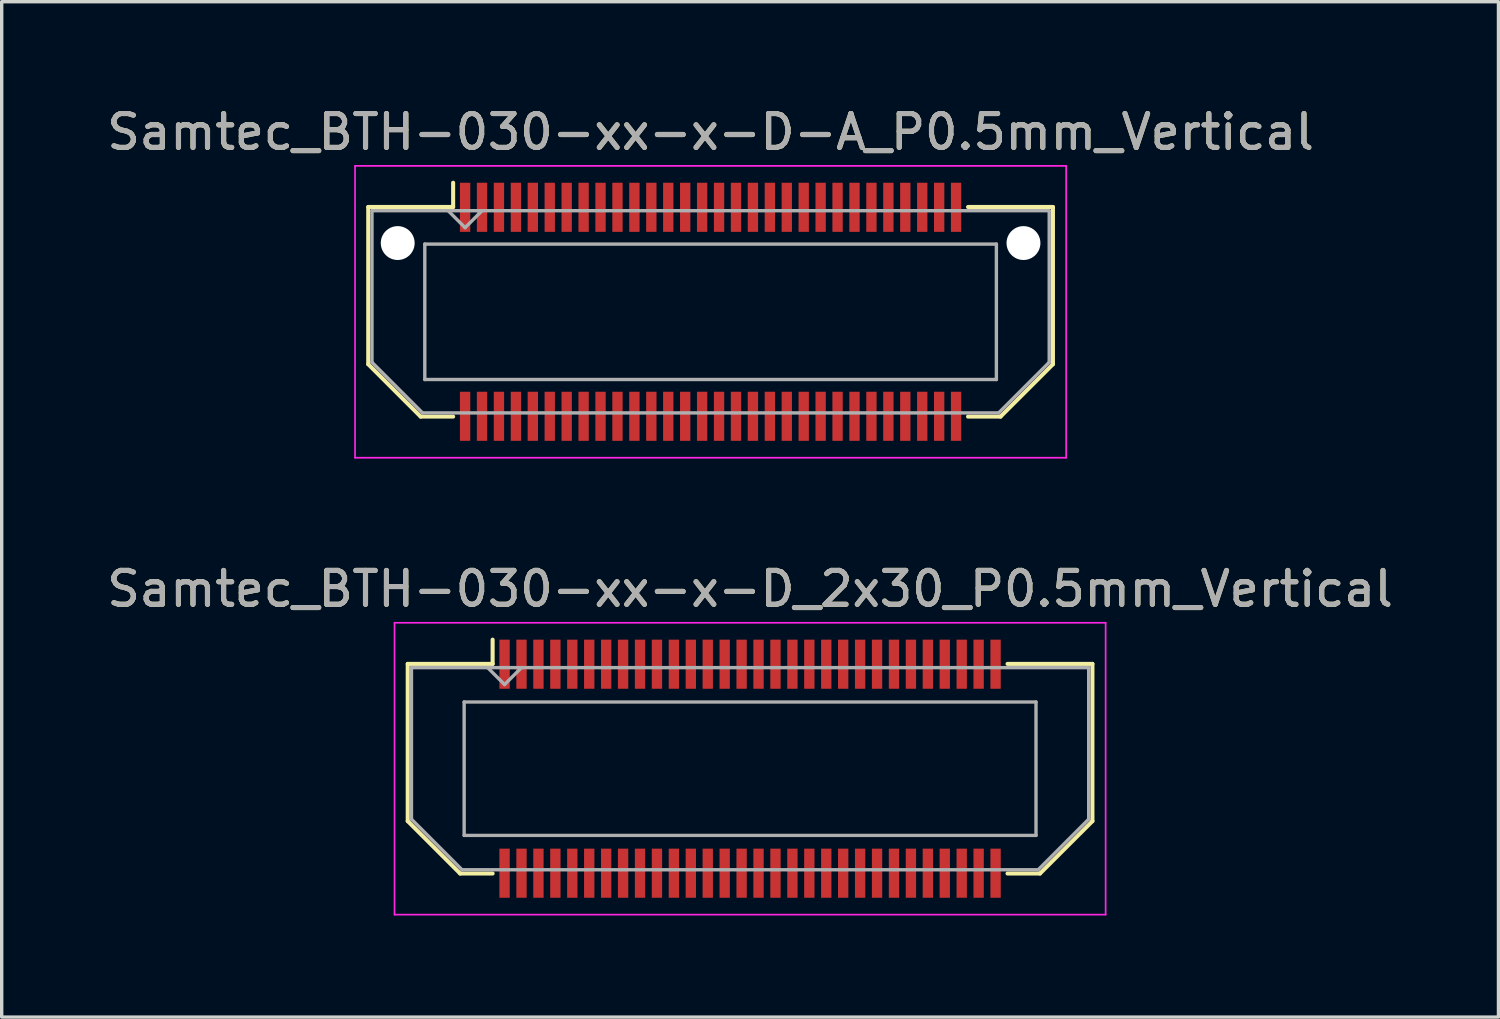
<source format=kicad_pcb>
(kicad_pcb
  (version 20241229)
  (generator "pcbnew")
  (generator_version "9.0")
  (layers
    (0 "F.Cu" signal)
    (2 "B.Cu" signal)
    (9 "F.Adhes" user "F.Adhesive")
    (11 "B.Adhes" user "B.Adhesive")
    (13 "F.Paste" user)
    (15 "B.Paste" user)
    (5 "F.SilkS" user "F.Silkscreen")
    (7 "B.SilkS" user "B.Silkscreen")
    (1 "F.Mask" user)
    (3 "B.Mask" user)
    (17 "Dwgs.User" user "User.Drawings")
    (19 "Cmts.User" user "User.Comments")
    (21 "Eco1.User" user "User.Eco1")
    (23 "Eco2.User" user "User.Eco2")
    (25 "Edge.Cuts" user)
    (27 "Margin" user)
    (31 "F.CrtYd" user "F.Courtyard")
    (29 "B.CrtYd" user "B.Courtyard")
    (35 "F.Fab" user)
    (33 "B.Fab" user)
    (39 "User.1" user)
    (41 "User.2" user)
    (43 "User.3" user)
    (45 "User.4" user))
  (footprint "Samtec_BTH-030-xx-x-D-A_P0.5mm_Vertical"
    (layer "F.Cu")
    (at 17.935 6.158)
    (property "Reference" "Samtec_BTH-030-xx-x-D-A_P0.5mm_Vertical" (at 0 -5.31 0) (layer "F.SilkS") (effects (font (size 1 1) (thickness 0.15))))
    (attr smd)
    (fp_line (start -10.11 -3.095) (end -10.11 1.548) (stroke (width 0.12) (type solid)) (layer "F.SilkS"))
    (fp_line (start -10.11 1.548) (end -8.562 3.095) (stroke (width 0.12) (type solid)) (layer "F.SilkS"))
    (fp_line (start -8.562 3.095) (end -7.603 3.095) (stroke (width 0.12) (type solid)) (layer "F.SilkS"))
    (fp_line (start -7.603 -3.811) (end -7.603 -3.095) (stroke (width 0.12) (type solid)) (layer "F.SilkS"))
    (fp_line (start -7.603 -3.095) (end -10.11 -3.095) (stroke (width 0.12) (type solid)) (layer "F.SilkS"))
    (fp_line (start 7.603 -3.095) (end 10.11 -3.095) (stroke (width 0.12) (type solid)) (layer "F.SilkS"))
    (fp_line (start 8.562 3.095) (end 7.603 3.095) (stroke (width 0.12) (type solid)) (layer "F.SilkS"))
    (fp_line (start 10.11 -3.095) (end 10.11 1.548) (stroke (width 0.12) (type solid)) (layer "F.SilkS"))
    (fp_line (start 10.11 1.548) (end 8.562 3.095) (stroke (width 0.12) (type solid)) (layer "F.SilkS"))
    (fp_line (start -10.5 -4.31) (end -10.5 4.31) (stroke (width 0.05) (type solid)) (layer "F.CrtYd"))
    (fp_line (start -10.5 4.31) (end 10.5 4.31) (stroke (width 0.05) (type solid)) (layer "F.CrtYd"))
    (fp_line (start 10.5 -4.31) (end -10.5 -4.31) (stroke (width 0.05) (type solid)) (layer "F.CrtYd"))
    (fp_line (start 10.5 4.31) (end 10.5 -4.31) (stroke (width 0.05) (type solid)) (layer "F.CrtYd"))
    (fp_line (start -10 -2.985) (end -10 1.492) (stroke (width 0.1) (type solid)) (layer "F.Fab"))
    (fp_line (start -10 -2.985) (end 10 -2.985) (stroke (width 0.1) (type solid)) (layer "F.Fab"))
    (fp_line (start -10 1.492) (end -8.508 2.985) (stroke (width 0.1) (type solid)) (layer "F.Fab"))
    (fp_line (start -8.508 2.985) (end 8.508 2.985) (stroke (width 0.1) (type solid)) (layer "F.Fab"))
    (fp_line (start -8.44 -2) (end -8.44 2) (stroke (width 0.1) (type solid)) (layer "F.Fab"))
    (fp_line (start -8.44 2) (end 8.44 2) (stroke (width 0.1) (type solid)) (layer "F.Fab"))
    (fp_line (start -7.25 -2.485) (end -7.75 -2.985) (stroke (width 0.1) (type solid)) (layer "F.Fab"))
    (fp_line (start -6.75 -2.985) (end -7.25 -2.485) (stroke (width 0.1) (type solid)) (layer "F.Fab"))
    (fp_line (start 8.44 -2) (end -8.44 -2) (stroke (width 0.1) (type solid)) (layer "F.Fab"))
    (fp_line (start 8.44 2) (end 8.44 -2) (stroke (width 0.1) (type solid)) (layer "F.Fab"))
    (fp_line (start 10 -2.985) (end 10 1.492) (stroke (width 0.1) (type solid)) (layer "F.Fab"))
    (fp_line (start 10 1.492) (end 8.508 2.985) (stroke (width 0.1) (type solid)) (layer "F.Fab"))
    (fp_text user "${REFERENCE}" (at 0 -5.31 0) (layer "F.Fab") (effects (font (size 1 1) (thickness 0.15))))
    (pad "" np_thru_hole circle (at -9.24 -2.03) (size 1 1) (drill 1) (layers "*.Cu" "*.Mask"))
    (pad "" np_thru_hole circle (at 9.24 -2.03) (size 1 1) (drill 1) (layers "*.Cu" "*.Mask"))
    (pad "1" smd rect (at -7.25 -3.086) (size 0.305 1.45) (layers "F.Cu" "F.Mask" "F.Paste"))
    (pad "2" smd rect (at -7.25 3.086) (size 0.305 1.45) (layers "F.Cu" "F.Mask" "F.Paste"))
    (pad "3" smd rect (at -6.75 -3.086) (size 0.305 1.45) (layers "F.Cu" "F.Mask" "F.Paste"))
    (pad "4" smd rect (at -6.75 3.086) (size 0.305 1.45) (layers "F.Cu" "F.Mask" "F.Paste"))
    (pad "5" smd rect (at -6.25 -3.086) (size 0.305 1.45) (layers "F.Cu" "F.Mask" "F.Paste"))
    (pad "6" smd rect (at -6.25 3.086) (size 0.305 1.45) (layers "F.Cu" "F.Mask" "F.Paste"))
    (pad "7" smd rect (at -5.75 -3.086) (size 0.305 1.45) (layers "F.Cu" "F.Mask" "F.Paste"))
    (pad "8" smd rect (at -5.75 3.086) (size 0.305 1.45) (layers "F.Cu" "F.Mask" "F.Paste"))
    (pad "9" smd rect (at -5.25 -3.086) (size 0.305 1.45) (layers "F.Cu" "F.Mask" "F.Paste"))
    (pad "10" smd rect (at -5.25 3.086) (size 0.305 1.45) (layers "F.Cu" "F.Mask" "F.Paste"))
    (pad "11" smd rect (at -4.75 -3.086) (size 0.305 1.45) (layers "F.Cu" "F.Mask" "F.Paste"))
    (pad "12" smd rect (at -4.75 3.086) (size 0.305 1.45) (layers "F.Cu" "F.Mask" "F.Paste"))
    (pad "13" smd rect (at -4.25 -3.086) (size 0.305 1.45) (layers "F.Cu" "F.Mask" "F.Paste"))
    (pad "14" smd rect (at -4.25 3.086) (size 0.305 1.45) (layers "F.Cu" "F.Mask" "F.Paste"))
    (pad "15" smd rect (at -3.75 -3.086) (size 0.305 1.45) (layers "F.Cu" "F.Mask" "F.Paste"))
    (pad "16" smd rect (at -3.75 3.086) (size 0.305 1.45) (layers "F.Cu" "F.Mask" "F.Paste"))
    (pad "17" smd rect (at -3.25 -3.086) (size 0.305 1.45) (layers "F.Cu" "F.Mask" "F.Paste"))
    (pad "18" smd rect (at -3.25 3.086) (size 0.305 1.45) (layers "F.Cu" "F.Mask" "F.Paste"))
    (pad "19" smd rect (at -2.75 -3.086) (size 0.305 1.45) (layers "F.Cu" "F.Mask" "F.Paste"))
    (pad "20" smd rect (at -2.75 3.086) (size 0.305 1.45) (layers "F.Cu" "F.Mask" "F.Paste"))
    (pad "21" smd rect (at -2.25 -3.086) (size 0.305 1.45) (layers "F.Cu" "F.Mask" "F.Paste"))
    (pad "22" smd rect (at -2.25 3.086) (size 0.305 1.45) (layers "F.Cu" "F.Mask" "F.Paste"))
    (pad "23" smd rect (at -1.75 -3.086) (size 0.305 1.45) (layers "F.Cu" "F.Mask" "F.Paste"))
    (pad "24" smd rect (at -1.75 3.086) (size 0.305 1.45) (layers "F.Cu" "F.Mask" "F.Paste"))
    (pad "25" smd rect (at -1.25 -3.086) (size 0.305 1.45) (layers "F.Cu" "F.Mask" "F.Paste"))
    (pad "26" smd rect (at -1.25 3.086) (size 0.305 1.45) (layers "F.Cu" "F.Mask" "F.Paste"))
    (pad "27" smd rect (at -0.75 -3.086) (size 0.305 1.45) (layers "F.Cu" "F.Mask" "F.Paste"))
    (pad "28" smd rect (at -0.75 3.086) (size 0.305 1.45) (layers "F.Cu" "F.Mask" "F.Paste"))
    (pad "29" smd rect (at -0.25 -3.086) (size 0.305 1.45) (layers "F.Cu" "F.Mask" "F.Paste"))
    (pad "30" smd rect (at -0.25 3.086) (size 0.305 1.45) (layers "F.Cu" "F.Mask" "F.Paste"))
    (pad "31" smd rect (at 0.25 -3.086) (size 0.305 1.45) (layers "F.Cu" "F.Mask" "F.Paste"))
    (pad "32" smd rect (at 0.25 3.086) (size 0.305 1.45) (layers "F.Cu" "F.Mask" "F.Paste"))
    (pad "33" smd rect (at 0.75 -3.086) (size 0.305 1.45) (layers "F.Cu" "F.Mask" "F.Paste"))
    (pad "34" smd rect (at 0.75 3.086) (size 0.305 1.45) (layers "F.Cu" "F.Mask" "F.Paste"))
    (pad "35" smd rect (at 1.25 -3.086) (size 0.305 1.45) (layers "F.Cu" "F.Mask" "F.Paste"))
    (pad "36" smd rect (at 1.25 3.086) (size 0.305 1.45) (layers "F.Cu" "F.Mask" "F.Paste"))
    (pad "37" smd rect (at 1.75 -3.086) (size 0.305 1.45) (layers "F.Cu" "F.Mask" "F.Paste"))
    (pad "38" smd rect (at 1.75 3.086) (size 0.305 1.45) (layers "F.Cu" "F.Mask" "F.Paste"))
    (pad "39" smd rect (at 2.25 -3.086) (size 0.305 1.45) (layers "F.Cu" "F.Mask" "F.Paste"))
    (pad "40" smd rect (at 2.25 3.086) (size 0.305 1.45) (layers "F.Cu" "F.Mask" "F.Paste"))
    (pad "41" smd rect (at 2.75 -3.086) (size 0.305 1.45) (layers "F.Cu" "F.Mask" "F.Paste"))
    (pad "42" smd rect (at 2.75 3.086) (size 0.305 1.45) (layers "F.Cu" "F.Mask" "F.Paste"))
    (pad "43" smd rect (at 3.25 -3.086) (size 0.305 1.45) (layers "F.Cu" "F.Mask" "F.Paste"))
    (pad "44" smd rect (at 3.25 3.086) (size 0.305 1.45) (layers "F.Cu" "F.Mask" "F.Paste"))
    (pad "45" smd rect (at 3.75 -3.086) (size 0.305 1.45) (layers "F.Cu" "F.Mask" "F.Paste"))
    (pad "46" smd rect (at 3.75 3.086) (size 0.305 1.45) (layers "F.Cu" "F.Mask" "F.Paste"))
    (pad "47" smd rect (at 4.25 -3.086) (size 0.305 1.45) (layers "F.Cu" "F.Mask" "F.Paste"))
    (pad "48" smd rect (at 4.25 3.086) (size 0.305 1.45) (layers "F.Cu" "F.Mask" "F.Paste"))
    (pad "49" smd rect (at 4.75 -3.086) (size 0.305 1.45) (layers "F.Cu" "F.Mask" "F.Paste"))
    (pad "50" smd rect (at 4.75 3.086) (size 0.305 1.45) (layers "F.Cu" "F.Mask" "F.Paste"))
    (pad "51" smd rect (at 5.25 -3.086) (size 0.305 1.45) (layers "F.Cu" "F.Mask" "F.Paste"))
    (pad "52" smd rect (at 5.25 3.086) (size 0.305 1.45) (layers "F.Cu" "F.Mask" "F.Paste"))
    (pad "53" smd rect (at 5.75 -3.086) (size 0.305 1.45) (layers "F.Cu" "F.Mask" "F.Paste"))
    (pad "54" smd rect (at 5.75 3.086) (size 0.305 1.45) (layers "F.Cu" "F.Mask" "F.Paste"))
    (pad "55" smd rect (at 6.25 -3.086) (size 0.305 1.45) (layers "F.Cu" "F.Mask" "F.Paste"))
    (pad "56" smd rect (at 6.25 3.086) (size 0.305 1.45) (layers "F.Cu" "F.Mask" "F.Paste"))
    (pad "57" smd rect (at 6.75 -3.086) (size 0.305 1.45) (layers "F.Cu" "F.Mask" "F.Paste"))
    (pad "58" smd rect (at 6.75 3.086) (size 0.305 1.45) (layers "F.Cu" "F.Mask" "F.Paste"))
    (pad "59" smd rect (at 7.25 -3.086) (size 0.305 1.45) (layers "F.Cu" "F.Mask" "F.Paste"))
    (pad "60" smd rect (at 7.25 3.086) (size 0.305 1.45) (layers "F.Cu" "F.Mask" "F.Paste")))
  (footprint "Samtec_BTH-030-xx-x-D_2x30_P0.5mm_Vertical"
    (layer "F.Cu")
    (at 19.101 19.651)
    (property "Reference" "Samtec_BTH-030-xx-x-D_2x30_P0.5mm_Vertical" (at 0 -5.31 0) (layer "F.SilkS") (effects (font (size 1 1) (thickness 0.15))))
    (attr smd)
    (fp_line (start -10.11 -3.095) (end -10.11 1.548) (stroke (width 0.12) (type solid)) (layer "F.SilkS"))
    (fp_line (start -10.11 1.548) (end -8.562 3.095) (stroke (width 0.12) (type solid)) (layer "F.SilkS"))
    (fp_line (start -8.562 3.095) (end -7.603 3.095) (stroke (width 0.12) (type solid)) (layer "F.SilkS"))
    (fp_line (start -7.603 -3.811) (end -7.603 -3.095) (stroke (width 0.12) (type solid)) (layer "F.SilkS"))
    (fp_line (start -7.603 -3.095) (end -10.11 -3.095) (stroke (width 0.12) (type solid)) (layer "F.SilkS"))
    (fp_line (start 7.603 -3.095) (end 10.11 -3.095) (stroke (width 0.12) (type solid)) (layer "F.SilkS"))
    (fp_line (start 8.562 3.095) (end 7.603 3.095) (stroke (width 0.12) (type solid)) (layer "F.SilkS"))
    (fp_line (start 10.11 -3.095) (end 10.11 1.548) (stroke (width 0.12) (type solid)) (layer "F.SilkS"))
    (fp_line (start 10.11 1.548) (end 8.562 3.095) (stroke (width 0.12) (type solid)) (layer "F.SilkS"))
    (fp_line (start -10.5 -4.31) (end -10.5 4.31) (stroke (width 0.05) (type solid)) (layer "F.CrtYd"))
    (fp_line (start -10.5 4.31) (end 10.5 4.31) (stroke (width 0.05) (type solid)) (layer "F.CrtYd"))
    (fp_line (start 10.5 -4.31) (end -10.5 -4.31) (stroke (width 0.05) (type solid)) (layer "F.CrtYd"))
    (fp_line (start 10.5 4.31) (end 10.5 -4.31) (stroke (width 0.05) (type solid)) (layer "F.CrtYd"))
    (fp_line (start -10 -2.985) (end -10 1.492) (stroke (width 0.1) (type solid)) (layer "F.Fab"))
    (fp_line (start -10 -2.985) (end 10 -2.985) (stroke (width 0.1) (type solid)) (layer "F.Fab"))
    (fp_line (start -10 1.492) (end -8.508 2.985) (stroke (width 0.1) (type solid)) (layer "F.Fab"))
    (fp_line (start -8.508 2.985) (end 8.508 2.985) (stroke (width 0.1) (type solid)) (layer "F.Fab"))
    (fp_line (start -8.444 -1.97) (end -8.444 1.97) (stroke (width 0.1) (type solid)) (layer "F.Fab"))
    (fp_line (start -8.444 1.97) (end 8.444 1.97) (stroke (width 0.1) (type solid)) (layer "F.Fab"))
    (fp_line (start -7.25 -2.485) (end -7.75 -2.985) (stroke (width 0.1) (type solid)) (layer "F.Fab"))
    (fp_line (start -6.75 -2.985) (end -7.25 -2.485) (stroke (width 0.1) (type solid)) (layer "F.Fab"))
    (fp_line (start 8.444 -1.97) (end -8.444 -1.97) (stroke (width 0.1) (type solid)) (layer "F.Fab"))
    (fp_line (start 8.444 1.97) (end 8.444 -1.97) (stroke (width 0.1) (type solid)) (layer "F.Fab"))
    (fp_line (start 10 -2.985) (end 10 1.492) (stroke (width 0.1) (type solid)) (layer "F.Fab"))
    (fp_line (start 10 1.492) (end 8.508 2.985) (stroke (width 0.1) (type solid)) (layer "F.Fab"))
    (fp_text user "${REFERENCE}" (at 0 -5.31 0) (layer "F.Fab") (effects (font (size 1 1) (thickness 0.15))))
    (pad "1" smd rect (at -7.25 -3.086) (size 0.305 1.45) (layers "F.Cu" "F.Mask" "F.Paste"))
    (pad "2" smd rect (at -7.25 3.086) (size 0.305 1.45) (layers "F.Cu" "F.Mask" "F.Paste"))
    (pad "3" smd rect (at -6.75 -3.086) (size 0.305 1.45) (layers "F.Cu" "F.Mask" "F.Paste"))
    (pad "4" smd rect (at -6.75 3.086) (size 0.305 1.45) (layers "F.Cu" "F.Mask" "F.Paste"))
    (pad "5" smd rect (at -6.25 -3.086) (size 0.305 1.45) (layers "F.Cu" "F.Mask" "F.Paste"))
    (pad "6" smd rect (at -6.25 3.086) (size 0.305 1.45) (layers "F.Cu" "F.Mask" "F.Paste"))
    (pad "7" smd rect (at -5.75 -3.086) (size 0.305 1.45) (layers "F.Cu" "F.Mask" "F.Paste"))
    (pad "8" smd rect (at -5.75 3.086) (size 0.305 1.45) (layers "F.Cu" "F.Mask" "F.Paste"))
    (pad "9" smd rect (at -5.25 -3.086) (size 0.305 1.45) (layers "F.Cu" "F.Mask" "F.Paste"))
    (pad "10" smd rect (at -5.25 3.086) (size 0.305 1.45) (layers "F.Cu" "F.Mask" "F.Paste"))
    (pad "11" smd rect (at -4.75 -3.086) (size 0.305 1.45) (layers "F.Cu" "F.Mask" "F.Paste"))
    (pad "12" smd rect (at -4.75 3.086) (size 0.305 1.45) (layers "F.Cu" "F.Mask" "F.Paste"))
    (pad "13" smd rect (at -4.25 -3.086) (size 0.305 1.45) (layers "F.Cu" "F.Mask" "F.Paste"))
    (pad "14" smd rect (at -4.25 3.086) (size 0.305 1.45) (layers "F.Cu" "F.Mask" "F.Paste"))
    (pad "15" smd rect (at -3.75 -3.086) (size 0.305 1.45) (layers "F.Cu" "F.Mask" "F.Paste"))
    (pad "16" smd rect (at -3.75 3.086) (size 0.305 1.45) (layers "F.Cu" "F.Mask" "F.Paste"))
    (pad "17" smd rect (at -3.25 -3.086) (size 0.305 1.45) (layers "F.Cu" "F.Mask" "F.Paste"))
    (pad "18" smd rect (at -3.25 3.086) (size 0.305 1.45) (layers "F.Cu" "F.Mask" "F.Paste"))
    (pad "19" smd rect (at -2.75 -3.086) (size 0.305 1.45) (layers "F.Cu" "F.Mask" "F.Paste"))
    (pad "20" smd rect (at -2.75 3.086) (size 0.305 1.45) (layers "F.Cu" "F.Mask" "F.Paste"))
    (pad "21" smd rect (at -2.25 -3.086) (size 0.305 1.45) (layers "F.Cu" "F.Mask" "F.Paste"))
    (pad "22" smd rect (at -2.25 3.086) (size 0.305 1.45) (layers "F.Cu" "F.Mask" "F.Paste"))
    (pad "23" smd rect (at -1.75 -3.086) (size 0.305 1.45) (layers "F.Cu" "F.Mask" "F.Paste"))
    (pad "24" smd rect (at -1.75 3.086) (size 0.305 1.45) (layers "F.Cu" "F.Mask" "F.Paste"))
    (pad "25" smd rect (at -1.25 -3.086) (size 0.305 1.45) (layers "F.Cu" "F.Mask" "F.Paste"))
    (pad "26" smd rect (at -1.25 3.086) (size 0.305 1.45) (layers "F.Cu" "F.Mask" "F.Paste"))
    (pad "27" smd rect (at -0.75 -3.086) (size 0.305 1.45) (layers "F.Cu" "F.Mask" "F.Paste"))
    (pad "28" smd rect (at -0.75 3.086) (size 0.305 1.45) (layers "F.Cu" "F.Mask" "F.Paste"))
    (pad "29" smd rect (at -0.25 -3.086) (size 0.305 1.45) (layers "F.Cu" "F.Mask" "F.Paste"))
    (pad "30" smd rect (at -0.25 3.086) (size 0.305 1.45) (layers "F.Cu" "F.Mask" "F.Paste"))
    (pad "31" smd rect (at 0.25 -3.086) (size 0.305 1.45) (layers "F.Cu" "F.Mask" "F.Paste"))
    (pad "32" smd rect (at 0.25 3.086) (size 0.305 1.45) (layers "F.Cu" "F.Mask" "F.Paste"))
    (pad "33" smd rect (at 0.75 -3.086) (size 0.305 1.45) (layers "F.Cu" "F.Mask" "F.Paste"))
    (pad "34" smd rect (at 0.75 3.086) (size 0.305 1.45) (layers "F.Cu" "F.Mask" "F.Paste"))
    (pad "35" smd rect (at 1.25 -3.086) (size 0.305 1.45) (layers "F.Cu" "F.Mask" "F.Paste"))
    (pad "36" smd rect (at 1.25 3.086) (size 0.305 1.45) (layers "F.Cu" "F.Mask" "F.Paste"))
    (pad "37" smd rect (at 1.75 -3.086) (size 0.305 1.45) (layers "F.Cu" "F.Mask" "F.Paste"))
    (pad "38" smd rect (at 1.75 3.086) (size 0.305 1.45) (layers "F.Cu" "F.Mask" "F.Paste"))
    (pad "39" smd rect (at 2.25 -3.086) (size 0.305 1.45) (layers "F.Cu" "F.Mask" "F.Paste"))
    (pad "40" smd rect (at 2.25 3.086) (size 0.305 1.45) (layers "F.Cu" "F.Mask" "F.Paste"))
    (pad "41" smd rect (at 2.75 -3.086) (size 0.305 1.45) (layers "F.Cu" "F.Mask" "F.Paste"))
    (pad "42" smd rect (at 2.75 3.086) (size 0.305 1.45) (layers "F.Cu" "F.Mask" "F.Paste"))
    (pad "43" smd rect (at 3.25 -3.086) (size 0.305 1.45) (layers "F.Cu" "F.Mask" "F.Paste"))
    (pad "44" smd rect (at 3.25 3.086) (size 0.305 1.45) (layers "F.Cu" "F.Mask" "F.Paste"))
    (pad "45" smd rect (at 3.75 -3.086) (size 0.305 1.45) (layers "F.Cu" "F.Mask" "F.Paste"))
    (pad "46" smd rect (at 3.75 3.086) (size 0.305 1.45) (layers "F.Cu" "F.Mask" "F.Paste"))
    (pad "47" smd rect (at 4.25 -3.086) (size 0.305 1.45) (layers "F.Cu" "F.Mask" "F.Paste"))
    (pad "48" smd rect (at 4.25 3.086) (size 0.305 1.45) (layers "F.Cu" "F.Mask" "F.Paste"))
    (pad "49" smd rect (at 4.75 -3.086) (size 0.305 1.45) (layers "F.Cu" "F.Mask" "F.Paste"))
    (pad "50" smd rect (at 4.75 3.086) (size 0.305 1.45) (layers "F.Cu" "F.Mask" "F.Paste"))
    (pad "51" smd rect (at 5.25 -3.086) (size 0.305 1.45) (layers "F.Cu" "F.Mask" "F.Paste"))
    (pad "52" smd rect (at 5.25 3.086) (size 0.305 1.45) (layers "F.Cu" "F.Mask" "F.Paste"))
    (pad "53" smd rect (at 5.75 -3.086) (size 0.305 1.45) (layers "F.Cu" "F.Mask" "F.Paste"))
    (pad "54" smd rect (at 5.75 3.086) (size 0.305 1.45) (layers "F.Cu" "F.Mask" "F.Paste"))
    (pad "55" smd rect (at 6.25 -3.086) (size 0.305 1.45) (layers "F.Cu" "F.Mask" "F.Paste"))
    (pad "56" smd rect (at 6.25 3.086) (size 0.305 1.45) (layers "F.Cu" "F.Mask" "F.Paste"))
    (pad "57" smd rect (at 6.75 -3.086) (size 0.305 1.45) (layers "F.Cu" "F.Mask" "F.Paste"))
    (pad "58" smd rect (at 6.75 3.086) (size 0.305 1.45) (layers "F.Cu" "F.Mask" "F.Paste"))
    (pad "59" smd rect (at 7.25 -3.086) (size 0.305 1.45) (layers "F.Cu" "F.Mask" "F.Paste"))
    (pad "60" smd rect (at 7.25 3.086) (size 0.305 1.45) (layers "F.Cu" "F.Mask" "F.Paste")))
  (gr_rect
    (start -3 -3)
    (end 41.202 26.986)
    (stroke (width 0.1) (type default))
    (fill no)
    (layer "Edge.Cuts")))
</source>
